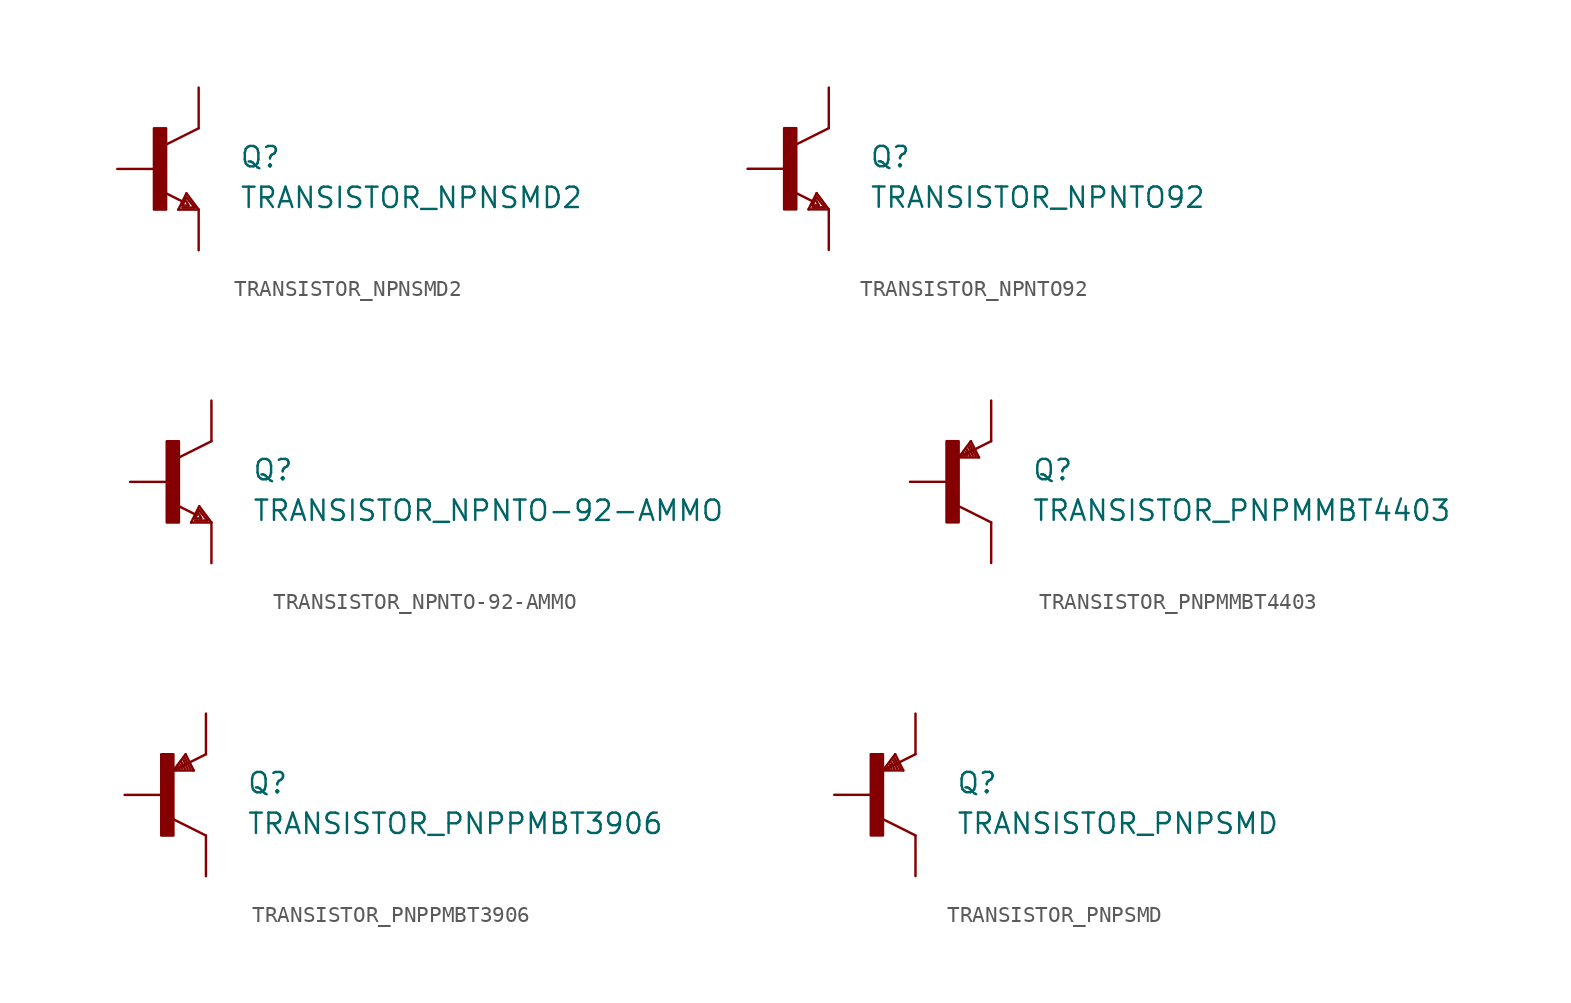
<source format=kicad_sym>
(kicad_symbol_lib
  (version 20211014)
  (generator kicad_symbol_editor)
  (symbol "TRANSISTOR_NPNSMD2"
    (pin_numbers hide)
    (pin_names
      (offset 1.016) hide)
    (property "Reference" "Q"
      (at 5.08 0 0)
      (effects (font (size 1.27 1.27)) (justify left bottom)))
    (property "Value" "TRANSISTOR_NPNSMD2"
      (at 5.08 -2.54 0)
      (effects (font (size 1.27 1.27)) (justify left bottom)))
    (property "ki_locked" ""
      (at 0 0 0)
      (effects (font (size 1.27 1.27))))
    (symbol "TRANSISTOR_NPNSMD2_1_0"
      (polyline (pts (xy 1.27 -2.54) (xy 1.778 -1.524)) (stroke (width 0) (type default) (color 0 0 0 0)) (fill (type none)))
      (polyline (pts (xy 1.524 -2.413) (xy 2.286 -2.413)) (stroke (width 0) (type default) (color 0 0 0 0)) (fill (type none)))
      (polyline (pts (xy 1.524 -2.286) (xy 1.905 -2.286)) (stroke (width 0) (type default) (color 0 0 0 0)) (fill (type none)))
      (polyline (pts (xy 1.524 -2.032) (xy 0.305 -1.422)) (stroke (width 0) (type default) (color 0 0 0 0)) (fill (type none)))
      (polyline (pts (xy 1.778 -1.778) (xy 1.524 -2.286)) (stroke (width 0) (type default) (color 0 0 0 0)) (fill (type none)))
      (polyline (pts (xy 1.778 -1.524) (xy 2.54 -2.54)) (stroke (width 0) (type default) (color 0 0 0 0)) (fill (type none)))
      (polyline (pts (xy 1.905 -2.286) (xy 1.778 -2.032)) (stroke (width 0) (type default) (color 0 0 0 0)) (fill (type none)))
      (polyline (pts (xy 2.286 -2.413) (xy 1.778 -1.778)) (stroke (width 0) (type default) (color 0 0 0 0)) (fill (type none)))
      (polyline (pts (xy 2.54 -2.54) (xy 1.27 -2.54)) (stroke (width 0) (type default) (color 0 0 0 0)) (fill (type none)))
      (polyline (pts (xy 2.54 2.54) (xy 0.508 1.524)) (stroke (width 0) (type default) (color 0 0 0 0)) (fill (type none))))
    (symbol "TRANSISTOR_NPNSMD2_1_1"
      (rectangle (start -0.254 -2.54) (end 0.508 2.54) (stroke (width 0) (type default) (color 0 0 0 0)) (fill (type outline)))
      (pin passive line (at -2.54 0 0) (length 2.54) (name "B" (effects (font (size 1.016 1.016)))) (number "1" (effects (font (size 1.016 1.016)))))
      (pin passive line (at 2.54 5.08 270) (length 2.54) (name "C" (effects (font (size 1.016 1.016)))) (number "2" (effects (font (size 1.016 1.016)))))
      (pin passive line (at 2.54 -5.08 90) (length 2.54) (name "E" (effects (font (size 1.016 1.016)))) (number "3" (effects (font (size 1.016 1.016)))))))
  (symbol "TRANSISTOR_NPNTO92"
    (pin_numbers hide)
    (pin_names
      (offset 1.016) hide)
    (property "Reference" "Q"
      (at 5.08 0 0)
      (effects (font (size 1.27 1.27)) (justify left bottom)))
    (property "Value" "TRANSISTOR_NPNTO92"
      (at 5.08 -2.54 0)
      (effects (font (size 1.27 1.27)) (justify left bottom)))
    (property "ki_locked" ""
      (at 0 0 0)
      (effects (font (size 1.27 1.27))))
    (symbol "TRANSISTOR_NPNTO92_1_0"
      (polyline (pts (xy 1.27 -2.54) (xy 1.778 -1.524)) (stroke (width 0) (type default) (color 0 0 0 0)) (fill (type none)))
      (polyline (pts (xy 1.524 -2.413) (xy 2.286 -2.413)) (stroke (width 0) (type default) (color 0 0 0 0)) (fill (type none)))
      (polyline (pts (xy 1.524 -2.286) (xy 1.905 -2.286)) (stroke (width 0) (type default) (color 0 0 0 0)) (fill (type none)))
      (polyline (pts (xy 1.524 -2.032) (xy 0.305 -1.422)) (stroke (width 0) (type default) (color 0 0 0 0)) (fill (type none)))
      (polyline (pts (xy 1.778 -1.778) (xy 1.524 -2.286)) (stroke (width 0) (type default) (color 0 0 0 0)) (fill (type none)))
      (polyline (pts (xy 1.778 -1.524) (xy 2.54 -2.54)) (stroke (width 0) (type default) (color 0 0 0 0)) (fill (type none)))
      (polyline (pts (xy 1.905 -2.286) (xy 1.778 -2.032)) (stroke (width 0) (type default) (color 0 0 0 0)) (fill (type none)))
      (polyline (pts (xy 2.286 -2.413) (xy 1.778 -1.778)) (stroke (width 0) (type default) (color 0 0 0 0)) (fill (type none)))
      (polyline (pts (xy 2.54 -2.54) (xy 1.27 -2.54)) (stroke (width 0) (type default) (color 0 0 0 0)) (fill (type none)))
      (polyline (pts (xy 2.54 2.54) (xy 0.508 1.524)) (stroke (width 0) (type default) (color 0 0 0 0)) (fill (type none))))
    (symbol "TRANSISTOR_NPNTO92_1_1"
      (rectangle (start -0.254 -2.54) (end 0.508 2.54) (stroke (width 0) (type default) (color 0 0 0 0)) (fill (type outline)))
      (pin passive line (at 2.54 -5.08 90) (length 2.54) (name "E" (effects (font (size 1.016 1.016)))) (number "1" (effects (font (size 1.016 1.016)))))
      (pin passive line (at -2.54 0 0) (length 2.54) (name "B" (effects (font (size 1.016 1.016)))) (number "2" (effects (font (size 1.016 1.016)))))
      (pin passive line (at 2.54 5.08 270) (length 2.54) (name "C" (effects (font (size 1.016 1.016)))) (number "3" (effects (font (size 1.016 1.016)))))))
  (symbol "TRANSISTOR_NPNTO-92-AMMO"
    (pin_numbers hide)
    (pin_names
      (offset 1.016) hide)
    (property "Reference" "Q"
      (at 5.08 0 0)
      (effects (font (size 1.27 1.27)) (justify left bottom)))
    (property "Value" "TRANSISTOR_NPNTO-92-AMMO"
      (at 5.08 -2.54 0)
      (effects (font (size 1.27 1.27)) (justify left bottom)))
    (property "ki_locked" ""
      (at 0 0 0)
      (effects (font (size 1.27 1.27))))
    (symbol "TRANSISTOR_NPNTO-92-AMMO_1_0"
      (polyline (pts (xy 1.27 -2.54) (xy 1.778 -1.524)) (stroke (width 0) (type default) (color 0 0 0 0)) (fill (type none)))
      (polyline (pts (xy 1.524 -2.413) (xy 2.286 -2.413)) (stroke (width 0) (type default) (color 0 0 0 0)) (fill (type none)))
      (polyline (pts (xy 1.524 -2.286) (xy 1.905 -2.286)) (stroke (width 0) (type default) (color 0 0 0 0)) (fill (type none)))
      (polyline (pts (xy 1.524 -2.032) (xy 0.305 -1.422)) (stroke (width 0) (type default) (color 0 0 0 0)) (fill (type none)))
      (polyline (pts (xy 1.778 -1.778) (xy 1.524 -2.286)) (stroke (width 0) (type default) (color 0 0 0 0)) (fill (type none)))
      (polyline (pts (xy 1.778 -1.524) (xy 2.54 -2.54)) (stroke (width 0) (type default) (color 0 0 0 0)) (fill (type none)))
      (polyline (pts (xy 1.905 -2.286) (xy 1.778 -2.032)) (stroke (width 0) (type default) (color 0 0 0 0)) (fill (type none)))
      (polyline (pts (xy 2.286 -2.413) (xy 1.778 -1.778)) (stroke (width 0) (type default) (color 0 0 0 0)) (fill (type none)))
      (polyline (pts (xy 2.54 -2.54) (xy 1.27 -2.54)) (stroke (width 0) (type default) (color 0 0 0 0)) (fill (type none)))
      (polyline (pts (xy 2.54 2.54) (xy 0.508 1.524)) (stroke (width 0) (type default) (color 0 0 0 0)) (fill (type none))))
    (symbol "TRANSISTOR_NPNTO-92-AMMO_1_1"
      (rectangle (start -0.254 -2.54) (end 0.508 2.54) (stroke (width 0) (type default) (color 0 0 0 0)) (fill (type outline)))
      (pin passive line (at 2.54 -5.08 90) (length 2.54) (name "E" (effects (font (size 1.016 1.016)))) (number "1" (effects (font (size 1.016 1.016)))))
      (pin passive line (at -2.54 0 0) (length 2.54) (name "B" (effects (font (size 1.016 1.016)))) (number "2" (effects (font (size 1.016 1.016)))))
      (pin passive line (at 2.54 5.08 270) (length 2.54) (name "C" (effects (font (size 1.016 1.016)))) (number "3" (effects (font (size 1.016 1.016)))))))
  (symbol "TRANSISTOR_PNPMMBT4403"
    (pin_numbers hide)
    (pin_names
      (offset 1.016) hide)
    (property "Reference" "Q"
      (at 5.08 0 0)
      (effects (font (size 1.27 1.27)) (justify left bottom)))
    (property "Value" "TRANSISTOR_PNPMMBT4403"
      (at 5.08 -2.54 0)
      (effects (font (size 1.27 1.27)) (justify left bottom)))
    (property "ki_locked" ""
      (at 0 0 0)
      (effects (font (size 1.27 1.27))))
    (symbol "TRANSISTOR_PNPMMBT4403_1_0"
      (polyline (pts (xy 0.508 -1.524) (xy 2.54 -2.54)) (stroke (width 0) (type default) (color 0 0 0 0)) (fill (type none)))
      (polyline (pts (xy 0.508 1.524) (xy 1.27 2.54)) (stroke (width 0) (type default) (color 0 0 0 0)) (fill (type none)))
      (polyline (pts (xy 0.813 1.778) (xy 0.889 1.626)) (stroke (width 0) (type default) (color 0 0 0 0)) (fill (type none)))
      (polyline (pts (xy 0.94 1.88) (xy 1.041 1.651)) (stroke (width 0) (type default) (color 0 0 0 0)) (fill (type none)))
      (polyline (pts (xy 1.016 2.032) (xy 1.219 1.626)) (stroke (width 0) (type default) (color 0 0 0 0)) (fill (type none)))
      (polyline (pts (xy 1.143 2.159) (xy 1.397 1.626)) (stroke (width 0) (type default) (color 0 0 0 0)) (fill (type none)))
      (polyline (pts (xy 1.219 2.311) (xy 1.575 1.626)) (stroke (width 0) (type default) (color 0 0 0 0)) (fill (type none)))
      (polyline (pts (xy 1.27 2.54) (xy 1.778 1.524)) (stroke (width 0) (type default) (color 0 0 0 0)) (fill (type none)))
      (polyline (pts (xy 1.778 1.524) (xy 0.508 1.524)) (stroke (width 0) (type default) (color 0 0 0 0)) (fill (type none)))
      (polyline (pts (xy 2.54 2.54) (xy 0.508 1.524)) (stroke (width 0) (type default) (color 0 0 0 0)) (fill (type none))))
    (symbol "TRANSISTOR_PNPMMBT4403_1_1"
      (rectangle (start -0.254 -2.54) (end 0.508 2.54) (stroke (width 0) (type default) (color 0 0 0 0)) (fill (type outline)))
      (pin passive line (at -2.54 0 0) (length 2.54) (name "B" (effects (font (size 1.016 1.016)))) (number "1" (effects (font (size 1.016 1.016)))))
      (pin passive line (at 2.54 5.08 270) (length 2.54) (name "E" (effects (font (size 1.016 1.016)))) (number "2" (effects (font (size 1.016 1.016)))))
      (pin passive line (at 2.54 -5.08 90) (length 2.54) (name "C" (effects (font (size 1.016 1.016)))) (number "3" (effects (font (size 1.016 1.016)))))))
  (symbol "TRANSISTOR_PNPPMBT3906"
    (pin_numbers hide)
    (pin_names
      (offset 1.016) hide)
    (property "Reference" "Q"
      (at 5.08 0 0)
      (effects (font (size 1.27 1.27)) (justify left bottom)))
    (property "Value" "TRANSISTOR_PNPPMBT3906"
      (at 5.08 -2.54 0)
      (effects (font (size 1.27 1.27)) (justify left bottom)))
    (property "ki_locked" ""
      (at 0 0 0)
      (effects (font (size 1.27 1.27))))
    (symbol "TRANSISTOR_PNPPMBT3906_1_0"
      (polyline (pts (xy 0.508 -1.524) (xy 2.54 -2.54)) (stroke (width 0) (type default) (color 0 0 0 0)) (fill (type none)))
      (polyline (pts (xy 0.508 1.524) (xy 1.27 2.54)) (stroke (width 0) (type default) (color 0 0 0 0)) (fill (type none)))
      (polyline (pts (xy 0.813 1.778) (xy 0.889 1.626)) (stroke (width 0) (type default) (color 0 0 0 0)) (fill (type none)))
      (polyline (pts (xy 0.94 1.88) (xy 1.041 1.651)) (stroke (width 0) (type default) (color 0 0 0 0)) (fill (type none)))
      (polyline (pts (xy 1.016 2.032) (xy 1.219 1.626)) (stroke (width 0) (type default) (color 0 0 0 0)) (fill (type none)))
      (polyline (pts (xy 1.143 2.159) (xy 1.397 1.626)) (stroke (width 0) (type default) (color 0 0 0 0)) (fill (type none)))
      (polyline (pts (xy 1.219 2.311) (xy 1.575 1.626)) (stroke (width 0) (type default) (color 0 0 0 0)) (fill (type none)))
      (polyline (pts (xy 1.27 2.54) (xy 1.778 1.524)) (stroke (width 0) (type default) (color 0 0 0 0)) (fill (type none)))
      (polyline (pts (xy 1.778 1.524) (xy 0.508 1.524)) (stroke (width 0) (type default) (color 0 0 0 0)) (fill (type none)))
      (polyline (pts (xy 2.54 2.54) (xy 0.508 1.524)) (stroke (width 0) (type default) (color 0 0 0 0)) (fill (type none))))
    (symbol "TRANSISTOR_PNPPMBT3906_1_1"
      (rectangle (start -0.254 -2.54) (end 0.508 2.54) (stroke (width 0) (type default) (color 0 0 0 0)) (fill (type outline)))
      (pin passive line (at -2.54 0 0) (length 2.54) (name "B" (effects (font (size 1.016 1.016)))) (number "1" (effects (font (size 1.016 1.016)))))
      (pin passive line (at 2.54 5.08 270) (length 2.54) (name "E" (effects (font (size 1.016 1.016)))) (number "2" (effects (font (size 1.016 1.016)))))
      (pin passive line (at 2.54 -5.08 90) (length 2.54) (name "C" (effects (font (size 1.016 1.016)))) (number "3" (effects (font (size 1.016 1.016)))))))
  (symbol "TRANSISTOR_PNPSMD"
    (pin_numbers hide)
    (pin_names
      (offset 1.016) hide)
    (property "Reference" "Q"
      (at 5.08 0 0)
      (effects (font (size 1.27 1.27)) (justify left bottom)))
    (property "Value" "TRANSISTOR_PNPSMD"
      (at 5.08 -2.54 0)
      (effects (font (size 1.27 1.27)) (justify left bottom)))
    (property "ki_locked" ""
      (at 0 0 0)
      (effects (font (size 1.27 1.27))))
    (symbol "TRANSISTOR_PNPSMD_1_0"
      (polyline (pts (xy 0.508 -1.524) (xy 2.54 -2.54)) (stroke (width 0) (type default) (color 0 0 0 0)) (fill (type none)))
      (polyline (pts (xy 0.508 1.524) (xy 1.27 2.54)) (stroke (width 0) (type default) (color 0 0 0 0)) (fill (type none)))
      (polyline (pts (xy 0.813 1.778) (xy 0.889 1.626)) (stroke (width 0) (type default) (color 0 0 0 0)) (fill (type none)))
      (polyline (pts (xy 0.94 1.88) (xy 1.041 1.651)) (stroke (width 0) (type default) (color 0 0 0 0)) (fill (type none)))
      (polyline (pts (xy 1.016 2.032) (xy 1.219 1.626)) (stroke (width 0) (type default) (color 0 0 0 0)) (fill (type none)))
      (polyline (pts (xy 1.143 2.159) (xy 1.397 1.626)) (stroke (width 0) (type default) (color 0 0 0 0)) (fill (type none)))
      (polyline (pts (xy 1.219 2.311) (xy 1.575 1.626)) (stroke (width 0) (type default) (color 0 0 0 0)) (fill (type none)))
      (polyline (pts (xy 1.27 2.54) (xy 1.778 1.524)) (stroke (width 0) (type default) (color 0 0 0 0)) (fill (type none)))
      (polyline (pts (xy 1.778 1.524) (xy 0.508 1.524)) (stroke (width 0) (type default) (color 0 0 0 0)) (fill (type none)))
      (polyline (pts (xy 2.54 2.54) (xy 0.508 1.524)) (stroke (width 0) (type default) (color 0 0 0 0)) (fill (type none))))
    (symbol "TRANSISTOR_PNPSMD_1_1"
      (rectangle (start -0.254 -2.54) (end 0.508 2.54) (stroke (width 0) (type default) (color 0 0 0 0)) (fill (type outline)))
      (pin passive line (at -2.54 0 0) (length 2.54) (name "B" (effects (font (size 1.016 1.016)))) (number "1" (effects (font (size 1.016 1.016)))))
      (pin passive line (at 2.54 5.08 270) (length 2.54) (name "E" (effects (font (size 1.016 1.016)))) (number "2" (effects (font (size 1.016 1.016)))))
      (pin passive line (at 2.54 -5.08 90) (length 2.54) (name "C" (effects (font (size 1.016 1.016)))) (number "3" (effects (font (size 1.016 1.016))))))))
</source>
